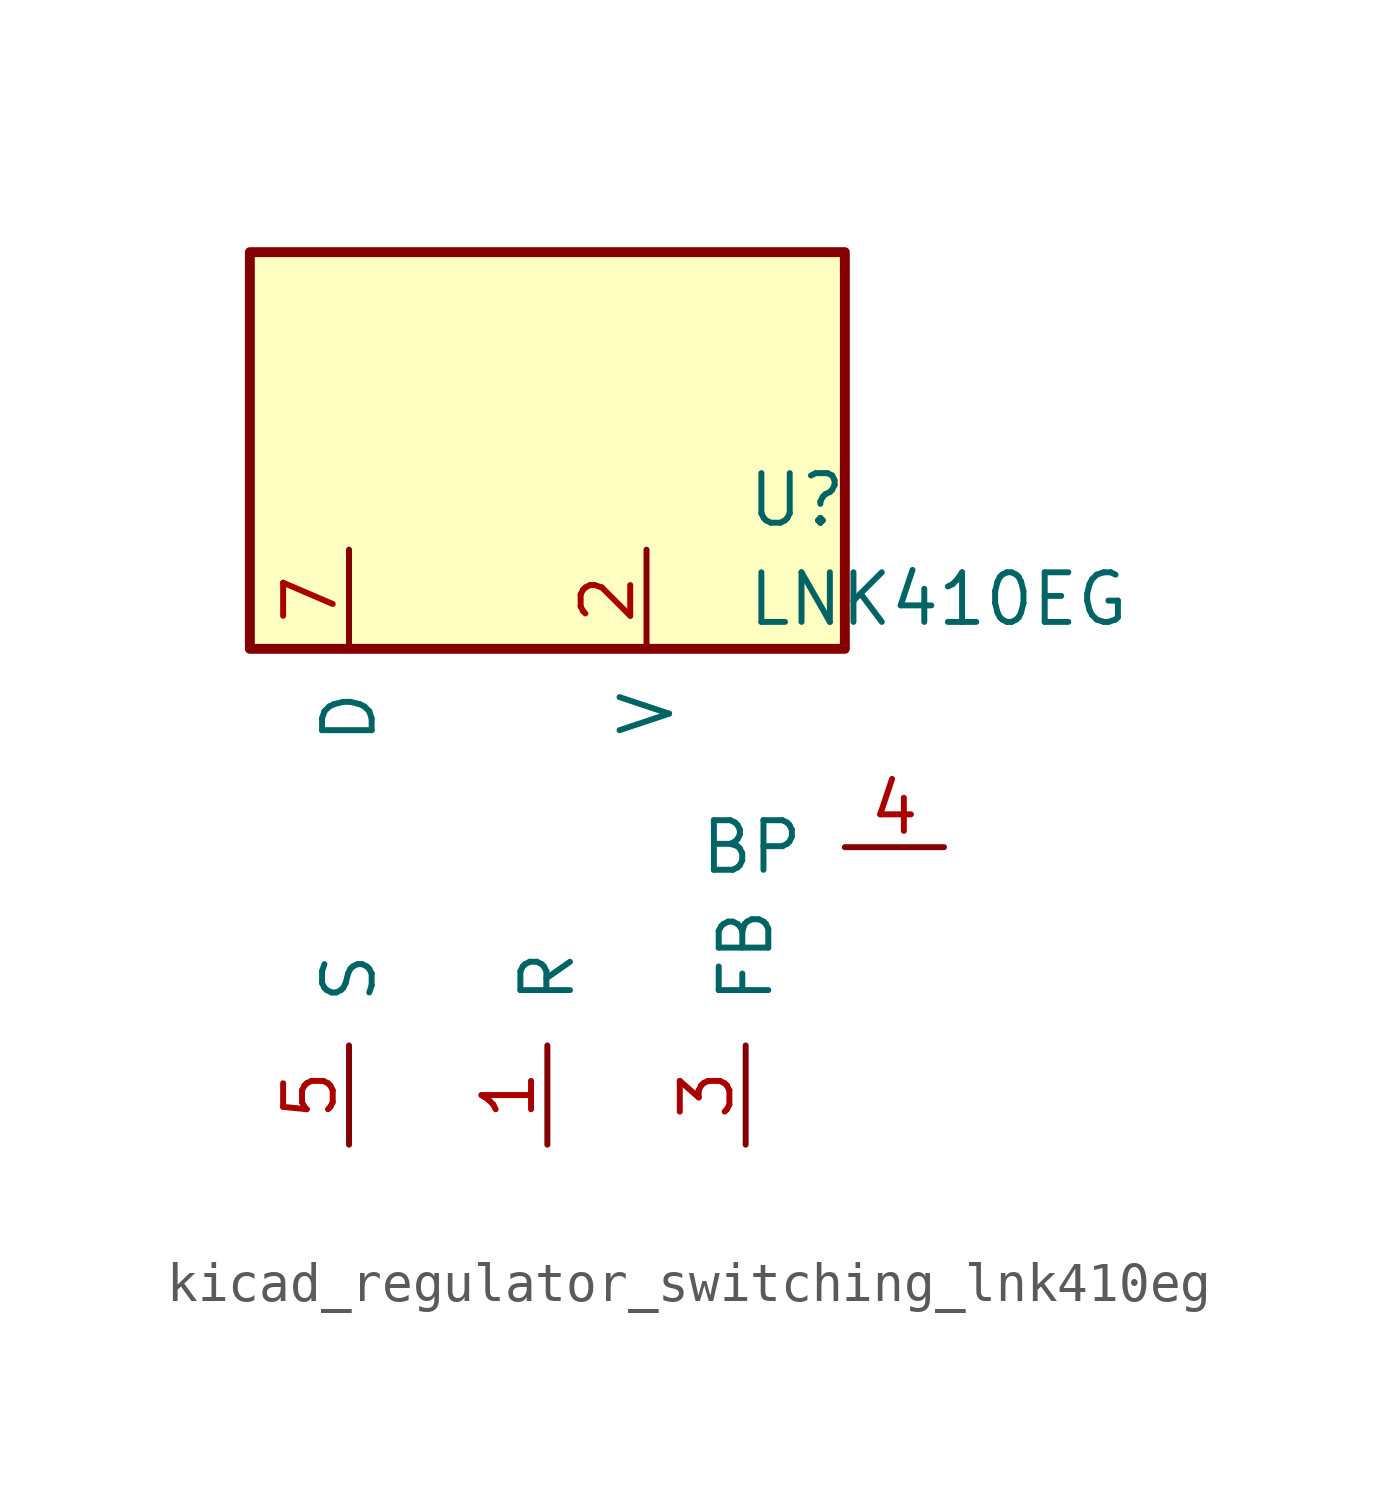
<source format=kicad_sym>
(kicad_symbol_lib
  (version 20220914)
  (generator kicad_symbol_editor)
  (symbol "kicad_regulator_switching_lnk410eg"
    (pin_names
      (offset 1.016))
    (property "Reference" "U"
      (at 5.08 8.89 0)
      (effects (font (size 1.27 1.27)) (justify left)))
    (property "Value" "LNK410EG"
      (at 5.08 6.35 0)
      (effects (font (size 1.27 1.27)) (justify left)))
    (symbol "kicad_regulator_switching_lnk410eg_0_1"
      (rectangle (start 7.62 15.24) (end -7.62 5.08) (stroke (width 0.254) (type default)) (fill (type background))))
    (symbol "kicad_regulator_switching_lnk410eg_1_1"
      (pin input line (at 0 -7.62 90) (length 2.54) (name "R" (effects (font (size 1.27 1.27)))) (number "1" (effects (font (size 1.27 1.27)))))
      (pin input line (at 2.54 7.62 270) (length 2.54) (name "V" (effects (font (size 1.27 1.27)))) (number "2" (effects (font (size 1.27 1.27)))))
      (pin input line (at 5.08 -7.62 90) (length 2.54) (name "FB" (effects (font (size 1.27 1.27)))) (number "3" (effects (font (size 1.27 1.27)))))
      (pin input line (at 10.16 0 180) (length 2.54) (name "BP" (effects (font (size 1.27 1.27)))) (number "4" (effects (font (size 1.27 1.27)))))
      (pin power_in line (at -5.08 -7.62 90) (length 2.54) (name "S" (effects (font (size 1.27 1.27)))) (number "5" (effects (font (size 1.27 1.27)))))
      (pin open_collector line (at -5.08 7.62 270) (length 2.54) (name "D" (effects (font (size 1.27 1.27)))) (number "7" (effects (font (size 1.27 1.27))))))))
</source>
